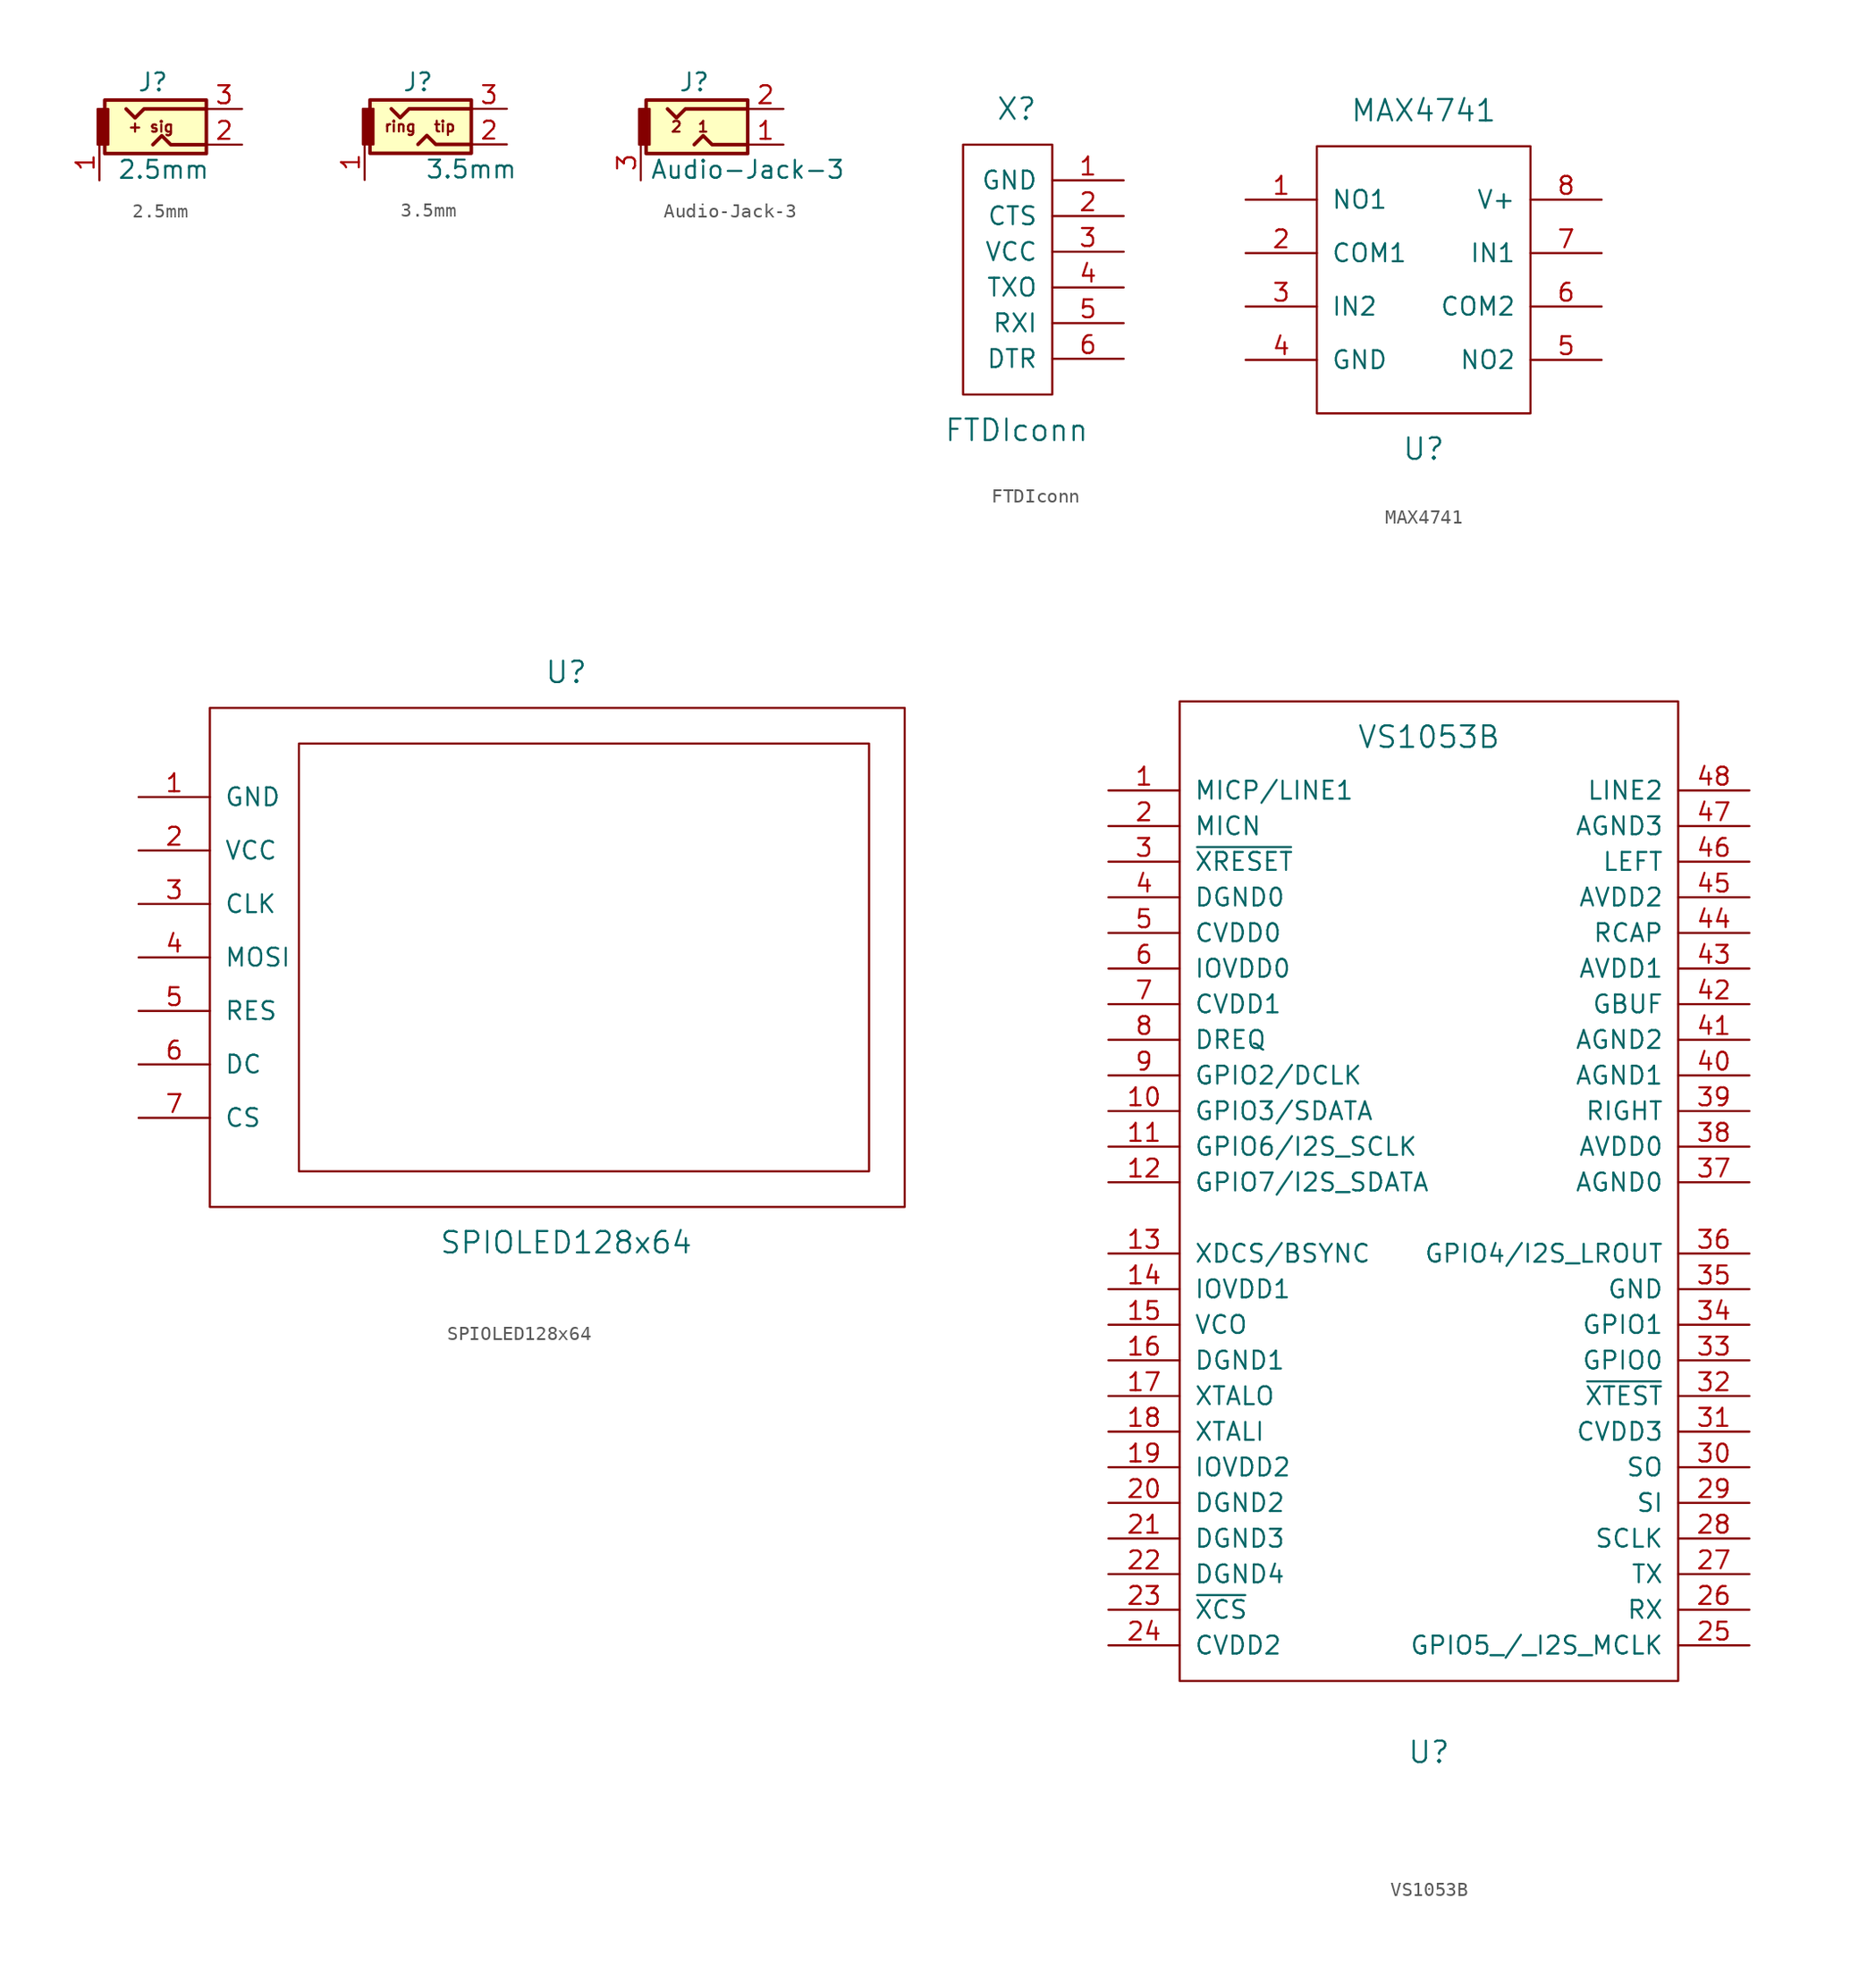
<source format=kicad_sym>
(kicad_symbol_lib
  (version 20231120)
  (generator "kicad_symbol_editor")
  (generator_version "8.0")
  (symbol "2.5mm"
    (pin_names
      (offset 1.016))
    (property "Reference" "J"
      (at -1.27 4.445 0)
      (effects (font (size 1.27 1.27))))
    (property "Value" "2.5mm"
      (at -0.508 -1.778 0)
      (effects (font (size 1.27 1.27))))
    (symbol "2.5mm_0_0"
      (text "+" (at -2.54 1.27 0) (effects (font (size 0.762 0.762))))
      (text "sig" (at -0.635 1.27 0) (effects (font (size 0.762 0.762)))))
    (symbol "2.5mm_0_1"
      (rectangle (start -4.699 3.175) (end 2.54 -0.635) (stroke (width 0.254) (type solid)) (fill (type background)))
      (rectangle (start -4.445 0) (end -5.207 2.54) (stroke (width 0) (type solid)) (fill (type outline)))
      (polyline (pts (xy -1.27 0) (xy -0.635 0.635) (xy 0 0) (xy 2.54 0)) (stroke (width 0.254) (type solid)) (fill (type none)))
      (polyline (pts (xy 2.54 2.54) (xy -1.905 2.54) (xy -2.54 1.905) (xy -3.175 2.54)) (stroke (width 0.254) (type solid)) (fill (type none))))
    (symbol "2.5mm_1_1"
      (pin passive line (at -5.08 -2.54 90) (length 2.54) (name "~" (effects (font (size 1.27 1.27)))) (number "1" (effects (font (size 1.27 1.27)))))
      (pin passive line (at 5.08 0 180) (length 2.54) (name "~" (effects (font (size 1.27 1.27)))) (number "2" (effects (font (size 1.27 1.27)))))
      (pin passive line (at 5.08 2.54 180) (length 2.54) (name "~" (effects (font (size 1.27 1.27)))) (number "3" (effects (font (size 1.27 1.27)))))))
  (symbol "3.5mm"
    (pin_names
      (offset 1.016))
    (property "Reference" "J"
      (at -1.27 4.445 0)
      (effects (font (size 1.27 1.27))))
    (property "Value" "3.5mm"
      (at 2.54 -1.778 0)
      (effects (font (size 1.27 1.27))))
    (symbol "3.5mm_0_0"
      (text "ring" (at -2.54 1.27 0) (effects (font (size 0.762 0.762))))
      (text "tip" (at 0.635 1.27 0) (effects (font (size 0.762 0.762)))))
    (symbol "3.5mm_0_1"
      (rectangle (start -4.699 3.175) (end 2.54 -0.635) (stroke (width 0.254) (type solid)) (fill (type background)))
      (rectangle (start -4.445 0) (end -5.207 2.54) (stroke (width 0) (type solid)) (fill (type outline)))
      (polyline (pts (xy -1.27 0) (xy -0.635 0.635) (xy 0 0) (xy 2.54 0)) (stroke (width 0.254) (type solid)) (fill (type none)))
      (polyline (pts (xy 2.54 2.54) (xy -1.905 2.54) (xy -2.54 1.905) (xy -3.175 2.54)) (stroke (width 0.254) (type solid)) (fill (type none))))
    (symbol "3.5mm_1_1"
      (pin passive line (at -5.08 -2.54 90) (length 2.54) (name "~" (effects (font (size 1.27 1.27)))) (number "1" (effects (font (size 1.27 1.27)))))
      (pin passive line (at 5.08 0 180) (length 2.54) (name "~" (effects (font (size 1.27 1.27)))) (number "2" (effects (font (size 1.27 1.27)))))
      (pin passive line (at 5.08 2.54 180) (length 2.54) (name "~" (effects (font (size 1.27 1.27)))) (number "3" (effects (font (size 1.27 1.27)))))))
  (symbol "Audio-Jack-3"
    (pin_names
      (offset 1.016))
    (property "Reference" "J"
      (at -1.27 4.445 0)
      (effects (font (size 1.27 1.27))))
    (property "Value" "Audio-Jack-3"
      (at 2.54 -1.778 0)
      (effects (font (size 1.27 1.27))))
    (symbol "Audio-Jack-3_0_0"
      (text "1" (at -0.635 1.27 0) (effects (font (size 0.762 0.762))))
      (text "2" (at -2.54 1.27 0) (effects (font (size 0.762 0.762)))))
    (symbol "Audio-Jack-3_0_1"
      (rectangle (start -4.699 3.175) (end 2.54 -0.635) (stroke (width 0.254) (type solid)) (fill (type background)))
      (rectangle (start -4.445 0) (end -5.207 2.54) (stroke (width 0) (type solid)) (fill (type outline)))
      (polyline (pts (xy -1.27 0) (xy -0.635 0.635) (xy 0 0) (xy 2.54 0)) (stroke (width 0.254) (type solid)) (fill (type none)))
      (polyline (pts (xy 2.54 2.54) (xy -1.905 2.54) (xy -2.54 1.905) (xy -3.175 2.54)) (stroke (width 0.254) (type solid)) (fill (type none))))
    (symbol "Audio-Jack-3_1_1"
      (pin passive line (at 5.08 0 180) (length 2.54) (name "~" (effects (font (size 1.27 1.27)))) (number "1" (effects (font (size 1.27 1.27)))))
      (pin passive line (at 5.08 2.54 180) (length 2.54) (name "~" (effects (font (size 1.27 1.27)))) (number "2" (effects (font (size 1.27 1.27)))))
      (pin passive line (at -5.08 -2.54 90) (length 2.54) (name "~" (effects (font (size 1.27 1.27)))) (number "3" (effects (font (size 1.27 1.27)))))))
  (symbol "FTDIconn"
    (pin_names
      (offset 1.016))
    (property "Reference" "X"
      (at 0 11.43 0)
      (effects (font (size 1.524 1.524))))
    (property "Value" "FTDIconn"
      (at 0 -11.43 0)
      (effects (font (size 1.524 1.524))))
    (symbol "FTDIconn_0_1"
      (rectangle (start -3.81 8.89) (end 2.54 -8.89) (stroke (width 0) (type solid)) (fill (type none))))
    (symbol "FTDIconn_1_1"
      (pin passive line (at 7.62 6.35 180) (length 5.08) (name "GND" (effects (font (size 1.27 1.27)))) (number "1" (effects (font (size 1.27 1.27)))))
      (pin passive line (at 7.62 3.81 180) (length 5.08) (name "CTS" (effects (font (size 1.27 1.27)))) (number "2" (effects (font (size 1.27 1.27)))))
      (pin passive line (at 7.62 1.27 180) (length 5.08) (name "VCC" (effects (font (size 1.27 1.27)))) (number "3" (effects (font (size 1.27 1.27)))))
      (pin passive line (at 7.62 -1.27 180) (length 5.08) (name "TXO" (effects (font (size 1.27 1.27)))) (number "4" (effects (font (size 1.27 1.27)))))
      (pin passive line (at 7.62 -3.81 180) (length 5.08) (name "RXI" (effects (font (size 1.27 1.27)))) (number "5" (effects (font (size 1.27 1.27)))))
      (pin passive line (at 7.62 -6.35 180) (length 5.08) (name "DTR" (effects (font (size 1.27 1.27)))) (number "6" (effects (font (size 1.27 1.27)))))))
  (symbol "MAX4741"
    (pin_names
      (offset 1.016))
    (property "Reference" "U"
      (at 0 -11.43 0)
      (effects (font (size 1.524 1.524))))
    (property "Value" "MAX4741"
      (at 0 12.7 0)
      (effects (font (size 1.524 1.524))))
    (symbol "MAX4741_0_1"
      (rectangle (start -7.62 10.16) (end 7.62 -8.89) (stroke (width 0) (type solid)) (fill (type none))))
    (symbol "MAX4741_1_1"
      (pin passive line (at -12.7 6.35 0) (length 5.08) (name "NO1" (effects (font (size 1.27 1.27)))) (number "1" (effects (font (size 1.27 1.27)))))
      (pin passive line (at -12.7 2.54 0) (length 5.08) (name "COM1" (effects (font (size 1.27 1.27)))) (number "2" (effects (font (size 1.27 1.27)))))
      (pin input line (at -12.7 -1.27 0) (length 5.08) (name "IN2" (effects (font (size 1.27 1.27)))) (number "3" (effects (font (size 1.27 1.27)))))
      (pin power_in line (at -12.7 -5.08 0) (length 5.08) (name "GND" (effects (font (size 1.27 1.27)))) (number "4" (effects (font (size 1.27 1.27)))))
      (pin passive line (at 12.7 -5.08 180) (length 5.08) (name "NO2" (effects (font (size 1.27 1.27)))) (number "5" (effects (font (size 1.27 1.27)))))
      (pin passive line (at 12.7 -1.27 180) (length 5.08) (name "COM2" (effects (font (size 1.27 1.27)))) (number "6" (effects (font (size 1.27 1.27)))))
      (pin input line (at 12.7 2.54 180) (length 5.08) (name "IN1" (effects (font (size 1.27 1.27)))) (number "7" (effects (font (size 1.27 1.27)))))
      (pin power_in line (at 12.7 6.35 180) (length 5.08) (name "V+" (effects (font (size 1.27 1.27)))) (number "8" (effects (font (size 1.27 1.27)))))))
  (symbol "SPIOLED128x64"
    (pin_names
      (offset 1.016))
    (property "Reference" "U"
      (at -2.54 20.32 0)
      (effects (font (size 1.524 1.524))))
    (property "Value" "SPIOLED128x64"
      (at -2.54 -20.32 0)
      (effects (font (size 1.524 1.524))))
    (symbol "SPIOLED128x64_0_1"
      (rectangle (start -27.94 17.78) (end 21.59 -17.78) (stroke (width 0) (type solid)) (fill (type none)))
      (rectangle (start -21.59 15.24) (end 19.05 -15.24) (stroke (width 0) (type solid)) (fill (type none))))
    (symbol "SPIOLED128x64_1_1"
      (pin power_in line (at -33.02 11.43 0) (length 5.08) (name "GND" (effects (font (size 1.27 1.27)))) (number "1" (effects (font (size 1.27 1.27)))))
      (pin power_in line (at -33.02 7.62 0) (length 5.08) (name "VCC" (effects (font (size 1.27 1.27)))) (number "2" (effects (font (size 1.27 1.27)))))
      (pin input line (at -33.02 3.81 0) (length 5.08) (name "CLK" (effects (font (size 1.27 1.27)))) (number "3" (effects (font (size 1.27 1.27)))))
      (pin input line (at -33.02 0 0) (length 5.08) (name "MOSI" (effects (font (size 1.27 1.27)))) (number "4" (effects (font (size 1.27 1.27)))))
      (pin input line (at -33.02 -3.81 0) (length 5.08) (name "RES" (effects (font (size 1.27 1.27)))) (number "5" (effects (font (size 1.27 1.27)))))
      (pin input line (at -33.02 -7.62 0) (length 5.08) (name "DC" (effects (font (size 1.27 1.27)))) (number "6" (effects (font (size 1.27 1.27)))))
      (pin input line (at -33.02 -11.43 0) (length 5.08) (name "CS" (effects (font (size 1.27 1.27)))) (number "7" (effects (font (size 1.27 1.27)))))))
  (symbol "VS1053B"
    (pin_names
      (offset 1.016))
    (property "Reference" "U"
      (at 0 -35.56 0)
      (effects (font (size 1.524 1.524))))
    (property "Value" "VS1053B"
      (at 0 36.83 0)
      (effects (font (size 1.524 1.524))))
    (symbol "VS1053B_0_1"
      (rectangle (start -17.78 39.37) (end 17.78 -30.48) (stroke (width 0) (type solid)) (fill (type none))))
    (symbol "VS1053B_1_1"
      (pin input line (at -22.86 33.02 0) (length 5.08) (name "MICP/LINE1" (effects (font (size 1.27 1.27)))) (number "1" (effects (font (size 1.27 1.27)))))
      (pin bidirectional line (at -22.86 10.16 0) (length 5.08) (name "GPIO3/SDATA" (effects (font (size 1.27 1.27)))) (number "10" (effects (font (size 1.27 1.27)))))
      (pin bidirectional line (at -22.86 7.62 0) (length 5.08) (name "GPIO6/I2S_SCLK" (effects (font (size 1.27 1.27)))) (number "11" (effects (font (size 1.27 1.27)))))
      (pin bidirectional line (at -22.86 5.08 0) (length 5.08) (name "GPIO7/I2S_SDATA" (effects (font (size 1.27 1.27)))) (number "12" (effects (font (size 1.27 1.27)))))
      (pin input line (at -22.86 0 0) (length 5.08) (name "XDCS/BSYNC" (effects (font (size 1.27 1.27)))) (number "13" (effects (font (size 1.27 1.27)))))
      (pin power_in line (at -22.86 -2.54 0) (length 5.08) (name "IOVDD1" (effects (font (size 1.27 1.27)))) (number "14" (effects (font (size 1.27 1.27)))))
      (pin output line (at -22.86 -5.08 0) (length 5.08) (name "VCO" (effects (font (size 1.27 1.27)))) (number "15" (effects (font (size 1.27 1.27)))))
      (pin power_in line (at -22.86 -7.62 0) (length 5.08) (name "DGND1" (effects (font (size 1.27 1.27)))) (number "16" (effects (font (size 1.27 1.27)))))
      (pin output line (at -22.86 -10.16 0) (length 5.08) (name "XTALO" (effects (font (size 1.27 1.27)))) (number "17" (effects (font (size 1.27 1.27)))))
      (pin input line (at -22.86 -12.7 0) (length 5.08) (name "XTALI" (effects (font (size 1.27 1.27)))) (number "18" (effects (font (size 1.27 1.27)))))
      (pin power_in line (at -22.86 -15.24 0) (length 5.08) (name "IOVDD2" (effects (font (size 1.27 1.27)))) (number "19" (effects (font (size 1.27 1.27)))))
      (pin input line (at -22.86 30.48 0) (length 5.08) (name "MICN" (effects (font (size 1.27 1.27)))) (number "2" (effects (font (size 1.27 1.27)))))
      (pin power_in line (at -22.86 -17.78 0) (length 5.08) (name "DGND2" (effects (font (size 1.27 1.27)))) (number "20" (effects (font (size 1.27 1.27)))))
      (pin power_in line (at -22.86 -20.32 0) (length 5.08) (name "DGND3" (effects (font (size 1.27 1.27)))) (number "21" (effects (font (size 1.27 1.27)))))
      (pin power_in line (at -22.86 -22.86 0) (length 5.08) (name "DGND4" (effects (font (size 1.27 1.27)))) (number "22" (effects (font (size 1.27 1.27)))))
      (pin input line (at -22.86 -25.4 0) (length 5.08) (name "~{XCS}" (effects (font (size 1.27 1.27)))) (number "23" (effects (font (size 1.27 1.27)))))
      (pin power_in line (at -22.86 -27.94 0) (length 5.08) (name "CVDD2" (effects (font (size 1.27 1.27)))) (number "24" (effects (font (size 1.27 1.27)))))
      (pin bidirectional line (at 22.86 -27.94 180) (length 5.08) (name "GPIO5_/_I2S_MCLK" (effects (font (size 1.27 1.27)))) (number "25" (effects (font (size 1.27 1.27)))))
      (pin input line (at 22.86 -25.4 180) (length 5.08) (name "RX" (effects (font (size 1.27 1.27)))) (number "26" (effects (font (size 1.27 1.27)))))
      (pin output line (at 22.86 -22.86 180) (length 5.08) (name "TX" (effects (font (size 1.27 1.27)))) (number "27" (effects (font (size 1.27 1.27)))))
      (pin input line (at 22.86 -20.32 180) (length 5.08) (name "SCLK" (effects (font (size 1.27 1.27)))) (number "28" (effects (font (size 1.27 1.27)))))
      (pin input line (at 22.86 -17.78 180) (length 5.08) (name "SI" (effects (font (size 1.27 1.27)))) (number "29" (effects (font (size 1.27 1.27)))))
      (pin input line (at -22.86 27.94 0) (length 5.08) (name "~{XRESET}" (effects (font (size 1.27 1.27)))) (number "3" (effects (font (size 1.27 1.27)))))
      (pin output line (at 22.86 -15.24 180) (length 5.08) (name "SO" (effects (font (size 1.27 1.27)))) (number "30" (effects (font (size 1.27 1.27)))))
      (pin power_in line (at 22.86 -12.7 180) (length 5.08) (name "CVDD3" (effects (font (size 1.27 1.27)))) (number "31" (effects (font (size 1.27 1.27)))))
      (pin input line (at 22.86 -10.16 180) (length 5.08) (name "~{XTEST}" (effects (font (size 1.27 1.27)))) (number "32" (effects (font (size 1.27 1.27)))))
      (pin bidirectional line (at 22.86 -7.62 180) (length 5.08) (name "GPIO0" (effects (font (size 1.27 1.27)))) (number "33" (effects (font (size 1.27 1.27)))))
      (pin bidirectional line (at 22.86 -5.08 180) (length 5.08) (name "GPIO1" (effects (font (size 1.27 1.27)))) (number "34" (effects (font (size 1.27 1.27)))))
      (pin power_in line (at 22.86 -2.54 180) (length 5.08) (name "GND" (effects (font (size 1.27 1.27)))) (number "35" (effects (font (size 1.27 1.27)))))
      (pin bidirectional line (at 22.86 0 180) (length 5.08) (name "GPIO4/I2S_LROUT" (effects (font (size 1.27 1.27)))) (number "36" (effects (font (size 1.27 1.27)))))
      (pin power_in line (at 22.86 5.08 180) (length 5.08) (name "AGND0" (effects (font (size 1.27 1.27)))) (number "37" (effects (font (size 1.27 1.27)))))
      (pin power_in line (at 22.86 7.62 180) (length 5.08) (name "AVDD0" (effects (font (size 1.27 1.27)))) (number "38" (effects (font (size 1.27 1.27)))))
      (pin output line (at 22.86 10.16 180) (length 5.08) (name "RIGHT" (effects (font (size 1.27 1.27)))) (number "39" (effects (font (size 1.27 1.27)))))
      (pin power_in line (at -22.86 25.4 0) (length 5.08) (name "DGND0" (effects (font (size 1.27 1.27)))) (number "4" (effects (font (size 1.27 1.27)))))
      (pin power_in line (at 22.86 12.7 180) (length 5.08) (name "AGND1" (effects (font (size 1.27 1.27)))) (number "40" (effects (font (size 1.27 1.27)))))
      (pin power_in line (at 22.86 15.24 180) (length 5.08) (name "AGND2" (effects (font (size 1.27 1.27)))) (number "41" (effects (font (size 1.27 1.27)))))
      (pin output line (at 22.86 17.78 180) (length 5.08) (name "GBUF" (effects (font (size 1.27 1.27)))) (number "42" (effects (font (size 1.27 1.27)))))
      (pin power_in line (at 22.86 20.32 180) (length 5.08) (name "AVDD1" (effects (font (size 1.27 1.27)))) (number "43" (effects (font (size 1.27 1.27)))))
      (pin bidirectional line (at 22.86 22.86 180) (length 5.08) (name "RCAP" (effects (font (size 1.27 1.27)))) (number "44" (effects (font (size 1.27 1.27)))))
      (pin power_in line (at 22.86 25.4 180) (length 5.08) (name "AVDD2" (effects (font (size 1.27 1.27)))) (number "45" (effects (font (size 1.27 1.27)))))
      (pin output line (at 22.86 27.94 180) (length 5.08) (name "LEFT" (effects (font (size 1.27 1.27)))) (number "46" (effects (font (size 1.27 1.27)))))
      (pin power_in line (at 22.86 30.48 180) (length 5.08) (name "AGND3" (effects (font (size 1.27 1.27)))) (number "47" (effects (font (size 1.27 1.27)))))
      (pin output line (at 22.86 33.02 180) (length 5.08) (name "LINE2" (effects (font (size 1.27 1.27)))) (number "48" (effects (font (size 1.27 1.27)))))
      (pin power_in line (at -22.86 22.86 0) (length 5.08) (name "CVDD0" (effects (font (size 1.27 1.27)))) (number "5" (effects (font (size 1.27 1.27)))))
      (pin power_in line (at -22.86 20.32 0) (length 5.08) (name "IOVDD0" (effects (font (size 1.27 1.27)))) (number "6" (effects (font (size 1.27 1.27)))))
      (pin power_in line (at -22.86 17.78 0) (length 5.08) (name "CVDD1" (effects (font (size 1.27 1.27)))) (number "7" (effects (font (size 1.27 1.27)))))
      (pin output line (at -22.86 15.24 0) (length 5.08) (name "DREQ" (effects (font (size 1.27 1.27)))) (number "8" (effects (font (size 1.27 1.27)))))
      (pin bidirectional line (at -22.86 12.7 0) (length 5.08) (name "GPIO2/DCLK" (effects (font (size 1.27 1.27)))) (number "9" (effects (font (size 1.27 1.27))))))))
</source>
